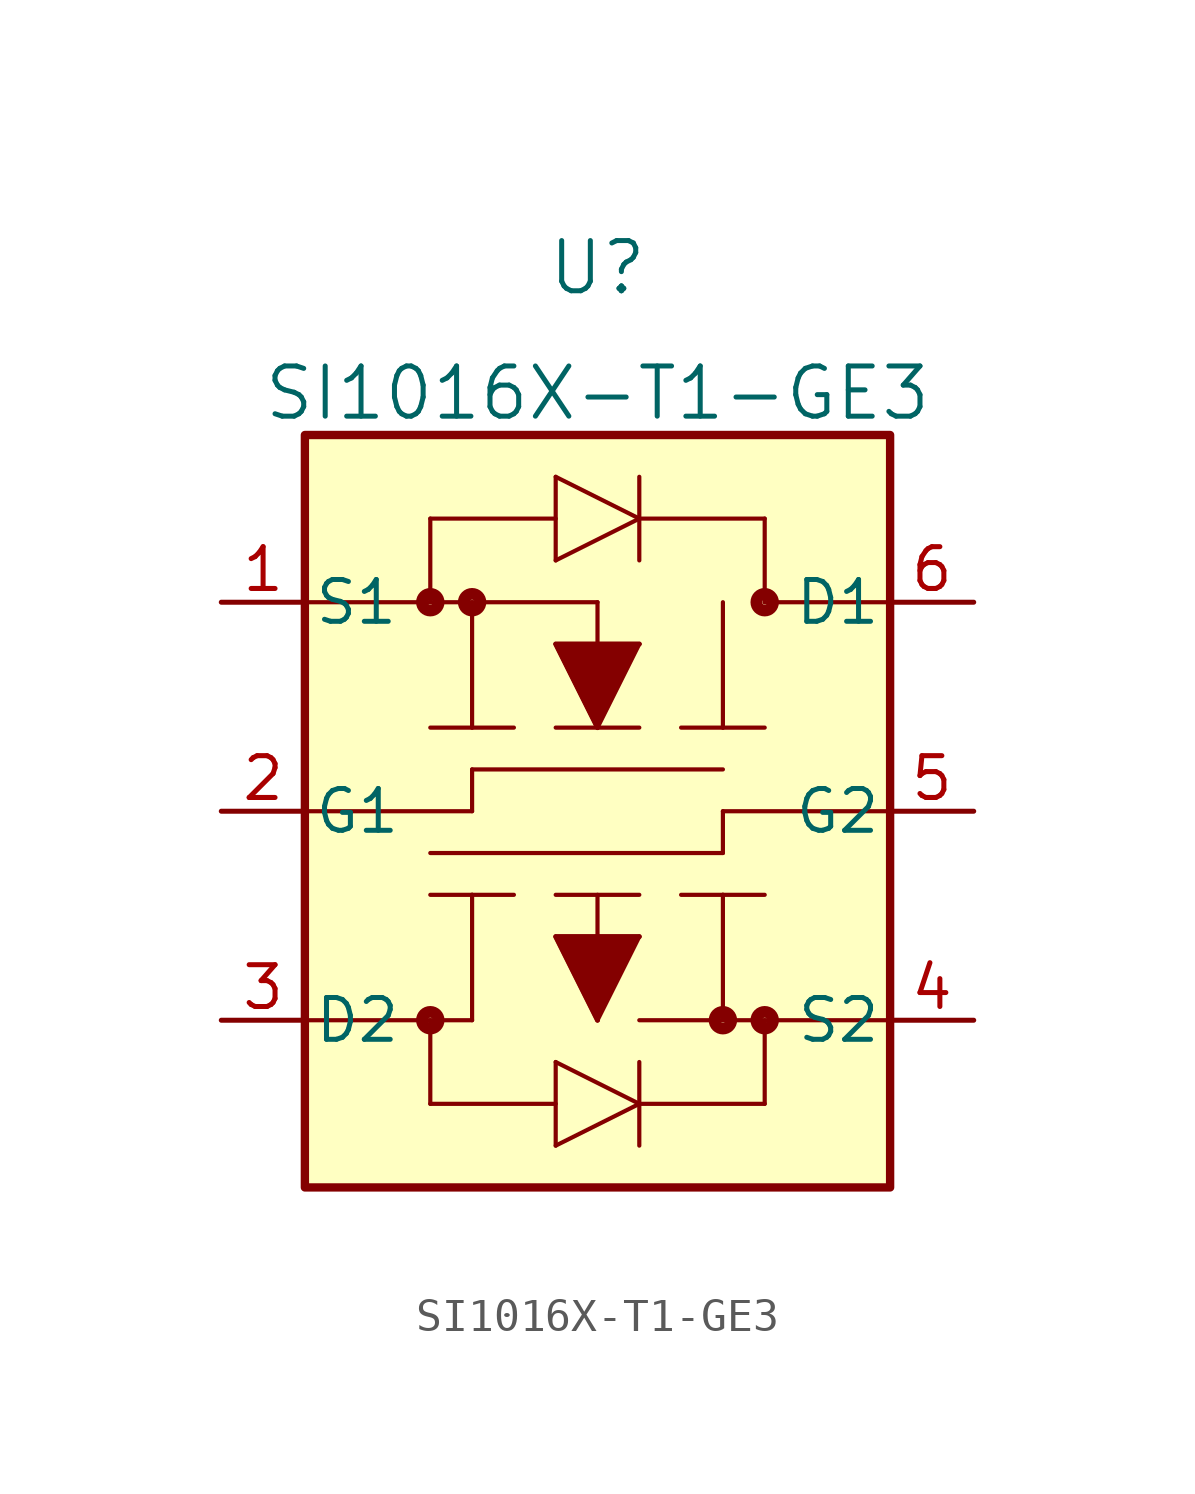
<source format=kicad_sym>
(kicad_symbol_lib
  (version 20220914)
  (generator kicad_symbol_editor)
  (symbol "SI1016X-T1-GE3"
    (pin_names
      (offset 0.254))
    (property "Reference" "U"
      (at 19.05 8.89 0)
      (effects (font (size 1.524 1.524))))
    (property "Value" "SI1016X-T1-GE3"
      (at 19.05 5.08 0)
      (effects (font (size 1.524 1.524))))
    (symbol "SI1016X-T1-GE3_0_1"
      (polyline (pts (xy 10.16 -13.97) (xy 15.24 -13.97)) (stroke (width 0.127) (type default)) (fill (type none)))
      (polyline (pts (xy 10.16 -7.62) (xy 15.24 -7.62)) (stroke (width 0.127) (type default)) (fill (type none)))
      (polyline (pts (xy 10.16 -1.27) (xy 19.05 -1.27)) (stroke (width 0.127) (type default)) (fill (type none)))
      (polyline (pts (xy 13.97 -16.51) (xy 13.97 -13.97)) (stroke (width 0.127) (type default)) (fill (type none)))
      (polyline (pts (xy 13.97 -1.27) (xy 13.97 1.27)) (stroke (width 0.127) (type default)) (fill (type none)))
      (polyline (pts (xy 13.97 1.27) (xy 17.78 1.27)) (stroke (width 0.127) (type default)) (fill (type none)))
      (polyline (pts (xy 15.24 -13.97) (xy 15.24 -10.16)) (stroke (width 0.127) (type default)) (fill (type none)))
      (polyline (pts (xy 15.24 -10.16) (xy 13.97 -10.16)) (stroke (width 0.127) (type default)) (fill (type none)))
      (polyline (pts (xy 15.24 -10.16) (xy 16.51 -10.16)) (stroke (width 0.127) (type default)) (fill (type none)))
      (polyline (pts (xy 15.24 -7.62) (xy 15.24 -6.35)) (stroke (width 0.127) (type default)) (fill (type none)))
      (polyline (pts (xy 15.24 -6.35) (xy 22.86 -6.35)) (stroke (width 0.127) (type default)) (fill (type none)))
      (polyline (pts (xy 15.24 -5.08) (xy 13.97 -5.08)) (stroke (width 0.127) (type default)) (fill (type none)))
      (polyline (pts (xy 15.24 -5.08) (xy 16.51 -5.08)) (stroke (width 0.127) (type default)) (fill (type none)))
      (polyline (pts (xy 15.24 -1.27) (xy 15.24 -5.08)) (stroke (width 0.127) (type default)) (fill (type none)))
      (polyline (pts (xy 17.78 -17.78) (xy 20.32 -16.51)) (stroke (width 0.127) (type default)) (fill (type none)))
      (polyline (pts (xy 17.78 -16.51) (xy 13.97 -16.51)) (stroke (width 0.127) (type default)) (fill (type none)))
      (polyline (pts (xy 17.78 -15.24) (xy 17.78 -17.78)) (stroke (width 0.127) (type default)) (fill (type none)))
      (polyline (pts (xy 17.78 -15.24) (xy 20.32 -16.51)) (stroke (width 0.127) (type default)) (fill (type none)))
      (polyline (pts (xy 17.78 -11.43) (xy 20.32 -11.43)) (stroke (width 0.127) (type default)) (fill (type none)))
      (polyline (pts (xy 17.78 -5.08) (xy 20.32 -5.08)) (stroke (width 0.127) (type default)) (fill (type none)))
      (polyline (pts (xy 17.78 -2.54) (xy 20.32 -2.54)) (stroke (width 0.127) (type default)) (fill (type none)))
      (polyline (pts (xy 17.78 0) (xy 17.78 2.54)) (stroke (width 0.127) (type default)) (fill (type none)))
      (polyline (pts (xy 17.78 0) (xy 20.32 1.27)) (stroke (width 0.127) (type default)) (fill (type none)))
      (polyline (pts (xy 17.78 2.54) (xy 20.32 1.27)) (stroke (width 0.127) (type default)) (fill (type none)))
      (polyline (pts (xy 19.05 -13.97) (xy 17.78 -11.43)) (stroke (width 0.127) (type default)) (fill (type none)))
      (polyline (pts (xy 19.05 -13.97) (xy 20.32 -11.43)) (stroke (width 0.127) (type default)) (fill (type none)))
      (polyline (pts (xy 19.05 -10.16) (xy 19.05 -13.97)) (stroke (width 0.127) (type default)) (fill (type none)))
      (polyline (pts (xy 19.05 -5.08) (xy 17.78 -2.54)) (stroke (width 0.127) (type default)) (fill (type none)))
      (polyline (pts (xy 19.05 -5.08) (xy 20.32 -2.54)) (stroke (width 0.127) (type default)) (fill (type none)))
      (polyline (pts (xy 19.05 -1.27) (xy 19.05 -5.08)) (stroke (width 0.127) (type default)) (fill (type none)))
      (polyline (pts (xy 20.32 -15.24) (xy 20.32 -17.78)) (stroke (width 0.127) (type default)) (fill (type none)))
      (polyline (pts (xy 20.32 -10.16) (xy 17.78 -10.16)) (stroke (width 0.127) (type default)) (fill (type none)))
      (polyline (pts (xy 20.32 0) (xy 20.32 2.54)) (stroke (width 0.127) (type default)) (fill (type none)))
      (polyline (pts (xy 20.32 1.27) (xy 24.13 1.27)) (stroke (width 0.127) (type default)) (fill (type none)))
      (polyline (pts (xy 22.86 -13.97) (xy 22.86 -10.16)) (stroke (width 0.127) (type default)) (fill (type none)))
      (polyline (pts (xy 22.86 -10.16) (xy 21.59 -10.16)) (stroke (width 0.127) (type default)) (fill (type none)))
      (polyline (pts (xy 22.86 -10.16) (xy 24.13 -10.16)) (stroke (width 0.127) (type default)) (fill (type none)))
      (polyline (pts (xy 22.86 -8.89) (xy 13.97 -8.89)) (stroke (width 0.127) (type default)) (fill (type none)))
      (polyline (pts (xy 22.86 -7.62) (xy 22.86 -8.89)) (stroke (width 0.127) (type default)) (fill (type none)))
      (polyline (pts (xy 22.86 -5.08) (xy 21.59 -5.08)) (stroke (width 0.127) (type default)) (fill (type none)))
      (polyline (pts (xy 22.86 -5.08) (xy 24.13 -5.08)) (stroke (width 0.127) (type default)) (fill (type none)))
      (polyline (pts (xy 22.86 -1.27) (xy 22.86 -5.08)) (stroke (width 0.127) (type default)) (fill (type none)))
      (polyline (pts (xy 24.13 -16.51) (xy 20.32 -16.51)) (stroke (width 0.127) (type default)) (fill (type none)))
      (polyline (pts (xy 24.13 -13.97) (xy 24.13 -16.51)) (stroke (width 0.127) (type default)) (fill (type none)))
      (polyline (pts (xy 24.13 1.27) (xy 24.13 -1.27)) (stroke (width 0.127) (type default)) (fill (type none)))
      (polyline (pts (xy 27.94 -13.97) (xy 20.32 -13.97)) (stroke (width 0.127) (type default)) (fill (type none)))
      (polyline (pts (xy 27.94 -7.62) (xy 22.86 -7.62)) (stroke (width 0.127) (type default)) (fill (type none)))
      (polyline (pts (xy 27.94 -1.27) (xy 24.13 -1.27)) (stroke (width 0.127) (type default)) (fill (type none)))
      (polyline (pts (xy 19.05 -13.97) (xy 17.78 -11.43) (xy 20.32 -11.43)) (stroke (width 0) (type default)) (fill (type outline)))
      (polyline (pts (xy 19.05 -5.08) (xy 17.78 -2.54) (xy 20.32 -2.54)) (stroke (width 0) (type default)) (fill (type outline)))
      (circle (center 13.97 -13.97) (radius 0.254) (stroke (width 0.356) (type default)) (fill (type none)))
      (circle (center 13.97 -1.27) (radius 0.254) (stroke (width 0.356) (type default)) (fill (type none)))
      (circle (center 15.24 -1.27) (radius 0.254) (stroke (width 0.356) (type default)) (fill (type none)))
      (circle (center 22.86 -13.97) (radius 0.254) (stroke (width 0.356) (type default)) (fill (type none)))
      (circle (center 24.13 -13.97) (radius 0.254) (stroke (width 0.356) (type default)) (fill (type none)))
      (circle (center 24.13 -1.27) (radius 0.254) (stroke (width 0.356) (type default)) (fill (type none))))
    (symbol "SI1016X-T1-GE3_1_1"
      (rectangle (start 10.16 3.81) (end 27.94 -19.05) (stroke (width 0.254) (type default)) (fill (type background)))
      (pin bidirectional line (at 7.62 -1.27 0) (length 2.54) (name "S1" (effects (font (size 1.27 1.27)))) (number "1" (effects (font (size 1.27 1.27)))))
      (pin bidirectional line (at 7.62 -7.62 0) (length 2.54) (name "G1" (effects (font (size 1.27 1.27)))) (number "2" (effects (font (size 1.27 1.27)))))
      (pin bidirectional line (at 7.62 -13.97 0) (length 2.54) (name "D2" (effects (font (size 1.27 1.27)))) (number "3" (effects (font (size 1.27 1.27)))))
      (pin unspecified line (at 30.48 -13.97 180) (length 2.54) (name "S2" (effects (font (size 1.27 1.27)))) (number "4" (effects (font (size 1.27 1.27)))))
      (pin bidirectional line (at 30.48 -7.62 180) (length 2.54) (name "G2" (effects (font (size 1.27 1.27)))) (number "5" (effects (font (size 1.27 1.27)))))
      (pin bidirectional line (at 30.48 -1.27 180) (length 2.54) (name "D1" (effects (font (size 1.27 1.27)))) (number "6" (effects (font (size 1.27 1.27))))))))
</source>
